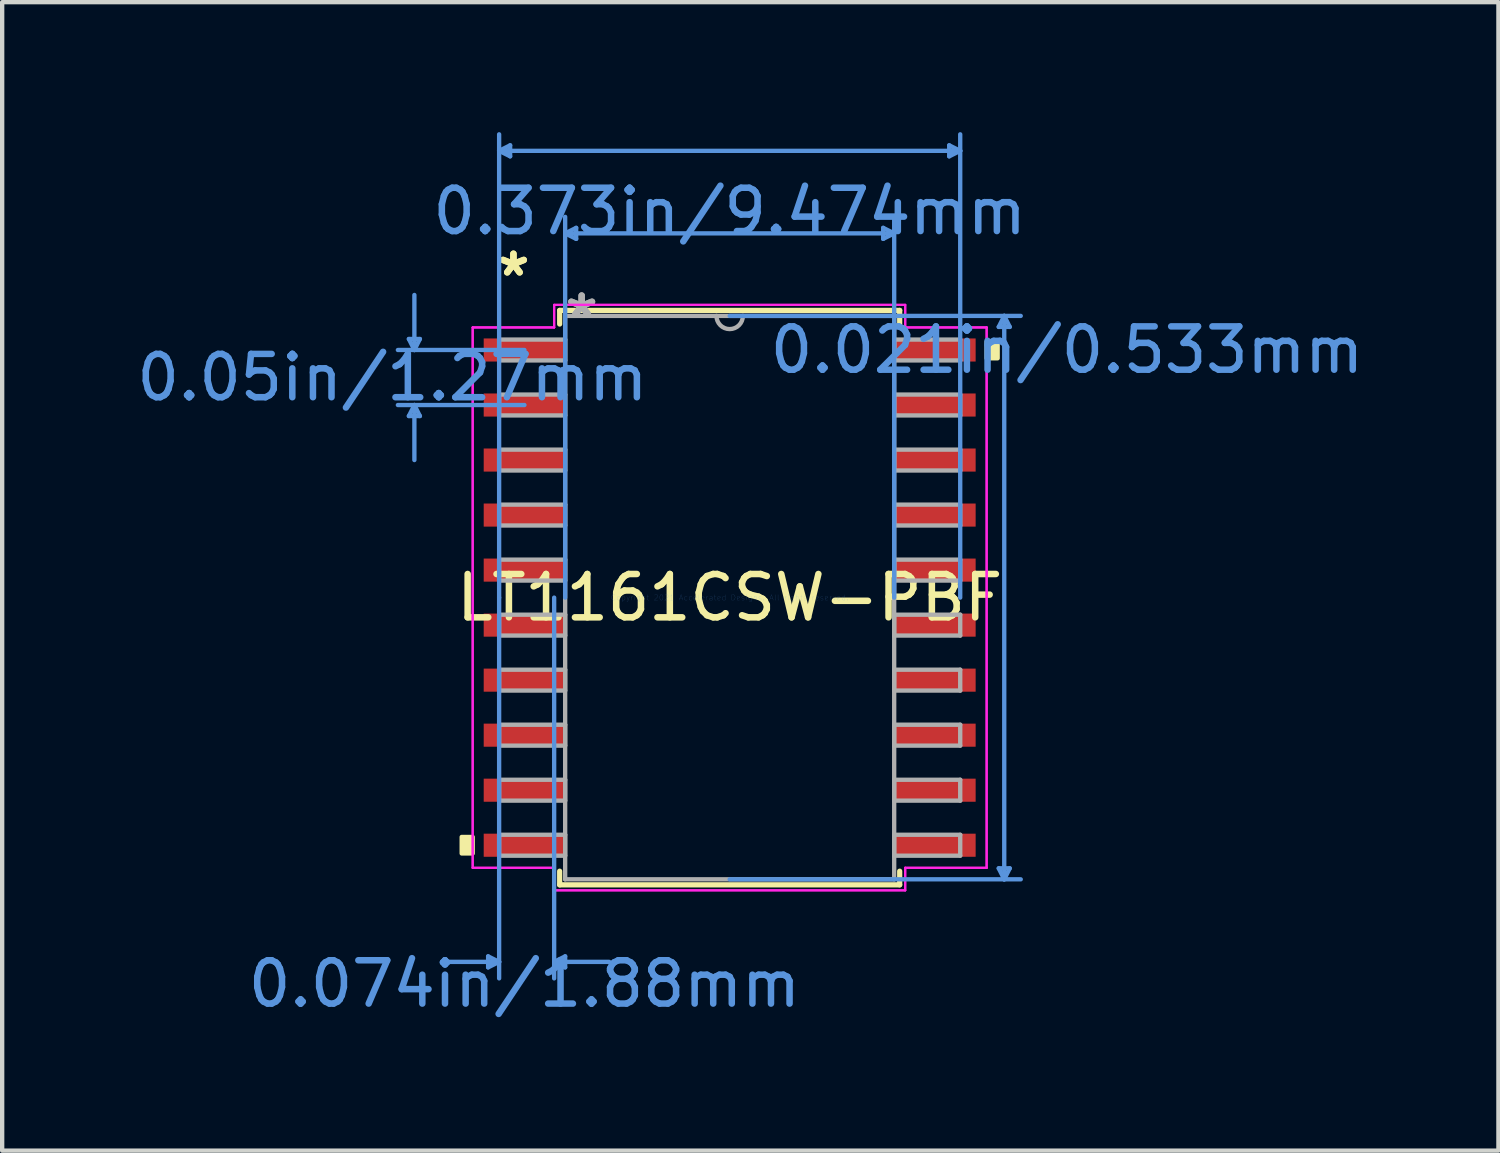
<source format=kicad_pcb>
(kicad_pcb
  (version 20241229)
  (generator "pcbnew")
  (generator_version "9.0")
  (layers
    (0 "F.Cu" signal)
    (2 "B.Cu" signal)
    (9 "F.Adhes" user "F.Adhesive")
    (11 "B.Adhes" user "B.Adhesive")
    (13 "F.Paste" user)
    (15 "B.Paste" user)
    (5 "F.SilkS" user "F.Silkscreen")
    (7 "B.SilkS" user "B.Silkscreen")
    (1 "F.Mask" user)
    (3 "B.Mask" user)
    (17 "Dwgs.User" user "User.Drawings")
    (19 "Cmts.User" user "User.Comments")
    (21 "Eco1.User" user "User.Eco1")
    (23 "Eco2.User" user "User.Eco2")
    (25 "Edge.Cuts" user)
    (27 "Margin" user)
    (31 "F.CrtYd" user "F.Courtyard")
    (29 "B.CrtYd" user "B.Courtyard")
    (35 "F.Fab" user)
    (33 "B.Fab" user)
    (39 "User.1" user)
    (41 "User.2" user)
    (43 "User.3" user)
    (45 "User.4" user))
  (footprint "LT1161CSW-PBF"
    (layer "F.Cu")
    (at 13.791 10.743)
    (property "Reference" "LT1161CSW-PBF" (at 0 0 0) (layer "F.SilkS") (effects (font (size 1 1) (thickness 0.15))))
    (attr through_hole)
    (fp_line (start -3.924 -6.629) (end -3.924 -6.314) (stroke (width 0.12) (type solid)) (layer "F.SilkS"))
    (fp_line (start -3.924 6.314) (end -3.924 6.629) (stroke (width 0.12) (type solid)) (layer "F.SilkS"))
    (fp_line (start -3.924 6.629) (end 3.924 6.629) (stroke (width 0.12) (type solid)) (layer "F.SilkS"))
    (fp_line (start 3.924 -6.629) (end -3.924 -6.629) (stroke (width 0.12) (type solid)) (layer "F.SilkS"))
    (fp_line (start 3.924 -6.314) (end 3.924 -6.629) (stroke (width 0.12) (type solid)) (layer "F.SilkS"))
    (fp_line (start 3.924 6.629) (end 3.924 6.314) (stroke (width 0.12) (type solid)) (layer "F.SilkS"))
    (fp_poly (pts (xy -6.185 5.524) (xy -6.185 5.905) (xy -5.931 5.905) (xy -5.931 5.524)) (stroke (width 0.1) (type solid)) (fill yes) (layer "F.SilkS"))
    (fp_poly (pts (xy 6.185 -5.905) (xy 6.185 -5.524) (xy 5.931 -5.524) (xy 5.931 -5.905)) (stroke (width 0.1) (type solid)) (fill yes) (layer "F.SilkS"))
    (fp_line (start -7.404 -5.969) (end -7.15 -5.969) (stroke (width 0.1) (type solid)) (layer "Cmts.User"))
    (fp_line (start -7.404 -4.191) (end -7.15 -4.191) (stroke (width 0.1) (type solid)) (layer "Cmts.User"))
    (fp_line (start -7.277 -5.715) (end -7.404 -5.969) (stroke (width 0.1) (type solid)) (layer "Cmts.User"))
    (fp_line (start -7.277 -5.715) (end -7.277 -6.985) (stroke (width 0.1) (type solid)) (layer "Cmts.User"))
    (fp_line (start -7.277 -5.715) (end -7.15 -5.969) (stroke (width 0.1) (type solid)) (layer "Cmts.User"))
    (fp_line (start -7.277 -4.445) (end -7.404 -4.191) (stroke (width 0.1) (type solid)) (layer "Cmts.User"))
    (fp_line (start -7.277 -4.445) (end -7.277 -3.175) (stroke (width 0.1) (type solid)) (layer "Cmts.User"))
    (fp_line (start -7.277 -4.445) (end -7.15 -4.191) (stroke (width 0.1) (type solid)) (layer "Cmts.User"))
    (fp_line (start -5.575 8.28) (end -5.575 8.534) (stroke (width 0.1) (type solid)) (layer "Cmts.User"))
    (fp_line (start -5.321 -10.312) (end -5.067 -10.439) (stroke (width 0.1) (type solid)) (layer "Cmts.User"))
    (fp_line (start -5.321 -10.312) (end -5.067 -10.185) (stroke (width 0.1) (type solid)) (layer "Cmts.User"))
    (fp_line (start -5.321 -10.312) (end 5.321 -10.312) (stroke (width 0.1) (type solid)) (layer "Cmts.User"))
    (fp_line (start -5.321 0) (end -5.321 -10.693) (stroke (width 0.1) (type solid)) (layer "Cmts.User"))
    (fp_line (start -5.321 0) (end -5.321 8.788) (stroke (width 0.1) (type solid)) (layer "Cmts.User"))
    (fp_line (start -5.321 8.407) (end -6.591 8.407) (stroke (width 0.1) (type solid)) (layer "Cmts.User"))
    (fp_line (start -5.321 8.407) (end -5.575 8.28) (stroke (width 0.1) (type solid)) (layer "Cmts.User"))
    (fp_line (start -5.321 8.407) (end -5.575 8.534) (stroke (width 0.1) (type solid)) (layer "Cmts.User"))
    (fp_line (start -5.067 -10.439) (end -5.067 -10.185) (stroke (width 0.1) (type solid)) (layer "Cmts.User"))
    (fp_line (start -4.737 -5.715) (end -7.658 -5.715) (stroke (width 0.1) (type solid)) (layer "Cmts.User"))
    (fp_line (start -4.737 -4.445) (end -7.658 -4.445) (stroke (width 0.1) (type solid)) (layer "Cmts.User"))
    (fp_line (start -4.051 0) (end -4.051 8.788) (stroke (width 0.1) (type solid)) (layer "Cmts.User"))
    (fp_line (start -4.051 8.407) (end -3.797 8.28) (stroke (width 0.1) (type solid)) (layer "Cmts.User"))
    (fp_line (start -4.051 8.407) (end -3.797 8.534) (stroke (width 0.1) (type solid)) (layer "Cmts.User"))
    (fp_line (start -4.051 8.407) (end -2.781 8.407) (stroke (width 0.1) (type solid)) (layer "Cmts.User"))
    (fp_line (start -3.797 -8.407) (end -3.543 -8.534) (stroke (width 0.1) (type solid)) (layer "Cmts.User"))
    (fp_line (start -3.797 -8.407) (end -3.543 -8.28) (stroke (width 0.1) (type solid)) (layer "Cmts.User"))
    (fp_line (start -3.797 -8.407) (end 3.797 -8.407) (stroke (width 0.1) (type solid)) (layer "Cmts.User"))
    (fp_line (start -3.797 0) (end -3.797 -8.788) (stroke (width 0.1) (type solid)) (layer "Cmts.User"))
    (fp_line (start -3.797 8.28) (end -3.797 8.534) (stroke (width 0.1) (type solid)) (layer "Cmts.User"))
    (fp_line (start -3.543 -8.534) (end -3.543 -8.28) (stroke (width 0.1) (type solid)) (layer "Cmts.User"))
    (fp_line (start 0 -6.502) (end 6.718 -6.502) (stroke (width 0.1) (type solid)) (layer "Cmts.User"))
    (fp_line (start 0 6.502) (end 6.718 6.502) (stroke (width 0.1) (type solid)) (layer "Cmts.User"))
    (fp_line (start 3.543 -8.534) (end 3.543 -8.28) (stroke (width 0.1) (type solid)) (layer "Cmts.User"))
    (fp_line (start 3.797 -8.407) (end 3.543 -8.534) (stroke (width 0.1) (type solid)) (layer "Cmts.User"))
    (fp_line (start 3.797 -8.407) (end 3.543 -8.28) (stroke (width 0.1) (type solid)) (layer "Cmts.User"))
    (fp_line (start 3.797 0) (end 3.797 -8.788) (stroke (width 0.1) (type solid)) (layer "Cmts.User"))
    (fp_line (start 5.067 -10.439) (end 5.067 -10.185) (stroke (width 0.1) (type solid)) (layer "Cmts.User"))
    (fp_line (start 5.321 -10.312) (end 5.067 -10.439) (stroke (width 0.1) (type solid)) (layer "Cmts.User"))
    (fp_line (start 5.321 -10.312) (end 5.067 -10.185) (stroke (width 0.1) (type solid)) (layer "Cmts.User"))
    (fp_line (start 5.321 0) (end 5.321 -10.693) (stroke (width 0.1) (type solid)) (layer "Cmts.User"))
    (fp_line (start 6.21 -6.248) (end 6.464 -6.248) (stroke (width 0.1) (type solid)) (layer "Cmts.User"))
    (fp_line (start 6.21 6.248) (end 6.464 6.248) (stroke (width 0.1) (type solid)) (layer "Cmts.User"))
    (fp_line (start 6.337 -6.502) (end 6.21 -6.248) (stroke (width 0.1) (type solid)) (layer "Cmts.User"))
    (fp_line (start 6.337 -6.502) (end 6.337 6.502) (stroke (width 0.1) (type solid)) (layer "Cmts.User"))
    (fp_line (start 6.337 -6.502) (end 6.464 -6.248) (stroke (width 0.1) (type solid)) (layer "Cmts.User"))
    (fp_line (start 6.337 6.502) (end 6.21 6.248) (stroke (width 0.1) (type solid)) (layer "Cmts.User"))
    (fp_line (start 6.337 6.502) (end 6.464 6.248) (stroke (width 0.1) (type solid)) (layer "Cmts.User"))
    (fp_line (start -5.931 -6.236) (end -4.051 -6.236) (stroke (width 0.05) (type solid)) (layer "F.CrtYd"))
    (fp_line (start -5.931 -6.236) (end -4.051 -6.236) (stroke (width 0.05) (type solid)) (layer "F.CrtYd"))
    (fp_line (start -5.931 6.236) (end -5.931 -6.236) (stroke (width 0.05) (type solid)) (layer "F.CrtYd"))
    (fp_line (start -5.931 6.236) (end -5.931 -6.236) (stroke (width 0.05) (type solid)) (layer "F.CrtYd"))
    (fp_line (start -5.931 6.236) (end -4.051 6.236) (stroke (width 0.05) (type solid)) (layer "F.CrtYd"))
    (fp_line (start -4.051 -6.756) (end 4.051 -6.756) (stroke (width 0.05) (type solid)) (layer "F.CrtYd"))
    (fp_line (start -4.051 -6.756) (end 4.051 -6.756) (stroke (width 0.05) (type solid)) (layer "F.CrtYd"))
    (fp_line (start -4.051 -6.236) (end -4.051 -6.756) (stroke (width 0.05) (type solid)) (layer "F.CrtYd"))
    (fp_line (start -4.051 -6.236) (end -4.051 -6.756) (stroke (width 0.05) (type solid)) (layer "F.CrtYd"))
    (fp_line (start -4.051 6.236) (end -5.931 6.236) (stroke (width 0.05) (type solid)) (layer "F.CrtYd"))
    (fp_line (start -4.051 6.756) (end -4.051 6.236) (stroke (width 0.05) (type solid)) (layer "F.CrtYd"))
    (fp_line (start -4.051 6.756) (end -4.051 6.236) (stroke (width 0.05) (type solid)) (layer "F.CrtYd"))
    (fp_line (start 4.051 -6.756) (end 4.051 -6.236) (stroke (width 0.05) (type solid)) (layer "F.CrtYd"))
    (fp_line (start 4.051 -6.756) (end 4.051 -6.236) (stroke (width 0.05) (type solid)) (layer "F.CrtYd"))
    (fp_line (start 4.051 -6.236) (end 5.931 -6.236) (stroke (width 0.05) (type solid)) (layer "F.CrtYd"))
    (fp_line (start 4.051 6.236) (end 4.051 6.756) (stroke (width 0.05) (type solid)) (layer "F.CrtYd"))
    (fp_line (start 4.051 6.236) (end 4.051 6.756) (stroke (width 0.05) (type solid)) (layer "F.CrtYd"))
    (fp_line (start 4.051 6.756) (end -4.051 6.756) (stroke (width 0.05) (type solid)) (layer "F.CrtYd"))
    (fp_line (start 4.051 6.756) (end -4.051 6.756) (stroke (width 0.05) (type solid)) (layer "F.CrtYd"))
    (fp_line (start 5.931 -6.236) (end 4.051 -6.236) (stroke (width 0.05) (type solid)) (layer "F.CrtYd"))
    (fp_line (start 5.931 -6.236) (end 5.931 6.236) (stroke (width 0.05) (type solid)) (layer "F.CrtYd"))
    (fp_line (start 5.931 -6.236) (end 5.931 6.236) (stroke (width 0.05) (type solid)) (layer "F.CrtYd"))
    (fp_line (start 5.931 6.236) (end 4.051 6.236) (stroke (width 0.05) (type solid)) (layer "F.CrtYd"))
    (fp_line (start 5.931 6.236) (end 4.051 6.236) (stroke (width 0.05) (type solid)) (layer "F.CrtYd"))
    (fp_line (start -5.321 -5.956) (end -5.321 -5.474) (stroke (width 0.1) (type solid)) (layer "F.Fab"))
    (fp_line (start -5.321 -5.474) (end -3.797 -5.474) (stroke (width 0.1) (type solid)) (layer "F.Fab"))
    (fp_line (start -5.321 -4.686) (end -5.321 -4.204) (stroke (width 0.1) (type solid)) (layer "F.Fab"))
    (fp_line (start -5.321 -4.204) (end -3.797 -4.204) (stroke (width 0.1) (type solid)) (layer "F.Fab"))
    (fp_line (start -5.321 -3.416) (end -5.321 -2.934) (stroke (width 0.1) (type solid)) (layer "F.Fab"))
    (fp_line (start -5.321 -2.934) (end -3.797 -2.934) (stroke (width 0.1) (type solid)) (layer "F.Fab"))
    (fp_line (start -5.321 -2.146) (end -5.321 -1.664) (stroke (width 0.1) (type solid)) (layer "F.Fab"))
    (fp_line (start -5.321 -1.664) (end -3.797 -1.664) (stroke (width 0.1) (type solid)) (layer "F.Fab"))
    (fp_line (start -5.321 -0.876) (end -5.321 -0.394) (stroke (width 0.1) (type solid)) (layer "F.Fab"))
    (fp_line (start -5.321 -0.394) (end -3.797 -0.394) (stroke (width 0.1) (type solid)) (layer "F.Fab"))
    (fp_line (start -5.321 0.394) (end -5.321 0.876) (stroke (width 0.1) (type solid)) (layer "F.Fab"))
    (fp_line (start -5.321 0.876) (end -3.797 0.876) (stroke (width 0.1) (type solid)) (layer "F.Fab"))
    (fp_line (start -5.321 1.664) (end -5.321 2.146) (stroke (width 0.1) (type solid)) (layer "F.Fab"))
    (fp_line (start -5.321 2.146) (end -3.797 2.146) (stroke (width 0.1) (type solid)) (layer "F.Fab"))
    (fp_line (start -5.321 2.934) (end -5.321 3.416) (stroke (width 0.1) (type solid)) (layer "F.Fab"))
    (fp_line (start -5.321 3.416) (end -3.797 3.416) (stroke (width 0.1) (type solid)) (layer "F.Fab"))
    (fp_line (start -5.321 4.204) (end -5.321 4.686) (stroke (width 0.1) (type solid)) (layer "F.Fab"))
    (fp_line (start -5.321 4.686) (end -3.797 4.686) (stroke (width 0.1) (type solid)) (layer "F.Fab"))
    (fp_line (start -5.321 5.474) (end -5.321 5.956) (stroke (width 0.1) (type solid)) (layer "F.Fab"))
    (fp_line (start -5.321 5.956) (end -3.797 5.956) (stroke (width 0.1) (type solid)) (layer "F.Fab"))
    (fp_line (start -3.797 -6.502) (end -3.797 6.502) (stroke (width 0.1) (type solid)) (layer "F.Fab"))
    (fp_line (start -3.797 -5.956) (end -5.321 -5.956) (stroke (width 0.1) (type solid)) (layer "F.Fab"))
    (fp_line (start -3.797 -5.474) (end -3.797 -5.956) (stroke (width 0.1) (type solid)) (layer "F.Fab"))
    (fp_line (start -3.797 -4.686) (end -5.321 -4.686) (stroke (width 0.1) (type solid)) (layer "F.Fab"))
    (fp_line (start -3.797 -4.204) (end -3.797 -4.686) (stroke (width 0.1) (type solid)) (layer "F.Fab"))
    (fp_line (start -3.797 -3.416) (end -5.321 -3.416) (stroke (width 0.1) (type solid)) (layer "F.Fab"))
    (fp_line (start -3.797 -2.934) (end -3.797 -3.416) (stroke (width 0.1) (type solid)) (layer "F.Fab"))
    (fp_line (start -3.797 -2.146) (end -5.321 -2.146) (stroke (width 0.1) (type solid)) (layer "F.Fab"))
    (fp_line (start -3.797 -1.664) (end -3.797 -2.146) (stroke (width 0.1) (type solid)) (layer "F.Fab"))
    (fp_line (start -3.797 -0.876) (end -5.321 -0.876) (stroke (width 0.1) (type solid)) (layer "F.Fab"))
    (fp_line (start -3.797 -0.394) (end -3.797 -0.876) (stroke (width 0.1) (type solid)) (layer "F.Fab"))
    (fp_line (start -3.797 0.394) (end -5.321 0.394) (stroke (width 0.1) (type solid)) (layer "F.Fab"))
    (fp_line (start -3.797 0.876) (end -3.797 0.394) (stroke (width 0.1) (type solid)) (layer "F.Fab"))
    (fp_line (start -3.797 1.664) (end -5.321 1.664) (stroke (width 0.1) (type solid)) (layer "F.Fab"))
    (fp_line (start -3.797 2.146) (end -3.797 1.664) (stroke (width 0.1) (type solid)) (layer "F.Fab"))
    (fp_line (start -3.797 2.934) (end -5.321 2.934) (stroke (width 0.1) (type solid)) (layer "F.Fab"))
    (fp_line (start -3.797 3.416) (end -3.797 2.934) (stroke (width 0.1) (type solid)) (layer "F.Fab"))
    (fp_line (start -3.797 4.204) (end -5.321 4.204) (stroke (width 0.1) (type solid)) (layer "F.Fab"))
    (fp_line (start -3.797 4.686) (end -3.797 4.204) (stroke (width 0.1) (type solid)) (layer "F.Fab"))
    (fp_line (start -3.797 5.474) (end -5.321 5.474) (stroke (width 0.1) (type solid)) (layer "F.Fab"))
    (fp_line (start -3.797 5.956) (end -3.797 5.474) (stroke (width 0.1) (type solid)) (layer "F.Fab"))
    (fp_line (start -3.797 6.502) (end 3.797 6.502) (stroke (width 0.1) (type solid)) (layer "F.Fab"))
    (fp_line (start 3.797 -6.502) (end -3.797 -6.502) (stroke (width 0.1) (type solid)) (layer "F.Fab"))
    (fp_line (start 3.797 -5.956) (end 3.797 -5.474) (stroke (width 0.1) (type solid)) (layer "F.Fab"))
    (fp_line (start 3.797 -5.474) (end 5.321 -5.474) (stroke (width 0.1) (type solid)) (layer "F.Fab"))
    (fp_line (start 3.797 -4.686) (end 3.797 -4.204) (stroke (width 0.1) (type solid)) (layer "F.Fab"))
    (fp_line (start 3.797 -4.204) (end 5.321 -4.204) (stroke (width 0.1) (type solid)) (layer "F.Fab"))
    (fp_line (start 3.797 -3.416) (end 3.797 -2.934) (stroke (width 0.1) (type solid)) (layer "F.Fab"))
    (fp_line (start 3.797 -2.934) (end 5.321 -2.934) (stroke (width 0.1) (type solid)) (layer "F.Fab"))
    (fp_line (start 3.797 -2.146) (end 3.797 -1.664) (stroke (width 0.1) (type solid)) (layer "F.Fab"))
    (fp_line (start 3.797 -1.664) (end 5.321 -1.664) (stroke (width 0.1) (type solid)) (layer "F.Fab"))
    (fp_line (start 3.797 -0.876) (end 3.797 -0.394) (stroke (width 0.1) (type solid)) (layer "F.Fab"))
    (fp_line (start 3.797 -0.394) (end 5.321 -0.394) (stroke (width 0.1) (type solid)) (layer "F.Fab"))
    (fp_line (start 3.797 0.394) (end 3.797 0.876) (stroke (width 0.1) (type solid)) (layer "F.Fab"))
    (fp_line (start 3.797 0.876) (end 5.321 0.876) (stroke (width 0.1) (type solid)) (layer "F.Fab"))
    (fp_line (start 3.797 1.664) (end 3.797 2.146) (stroke (width 0.1) (type solid)) (layer "F.Fab"))
    (fp_line (start 3.797 2.146) (end 5.321 2.146) (stroke (width 0.1) (type solid)) (layer "F.Fab"))
    (fp_line (start 3.797 2.934) (end 3.797 3.416) (stroke (width 0.1) (type solid)) (layer "F.Fab"))
    (fp_line (start 3.797 3.416) (end 5.321 3.416) (stroke (width 0.1) (type solid)) (layer "F.Fab"))
    (fp_line (start 3.797 4.204) (end 3.797 4.686) (stroke (width 0.1) (type solid)) (layer "F.Fab"))
    (fp_line (start 3.797 4.686) (end 5.321 4.686) (stroke (width 0.1) (type solid)) (layer "F.Fab"))
    (fp_line (start 3.797 5.474) (end 3.797 5.956) (stroke (width 0.1) (type solid)) (layer "F.Fab"))
    (fp_line (start 3.797 5.956) (end 5.321 5.956) (stroke (width 0.1) (type solid)) (layer "F.Fab"))
    (fp_line (start 3.797 6.502) (end 3.797 -6.502) (stroke (width 0.1) (type solid)) (layer "F.Fab"))
    (fp_line (start 5.321 -5.956) (end 3.797 -5.956) (stroke (width 0.1) (type solid)) (layer "F.Fab"))
    (fp_line (start 5.321 -5.474) (end 5.321 -5.956) (stroke (width 0.1) (type solid)) (layer "F.Fab"))
    (fp_line (start 5.321 -4.686) (end 3.797 -4.686) (stroke (width 0.1) (type solid)) (layer "F.Fab"))
    (fp_line (start 5.321 -4.204) (end 5.321 -4.686) (stroke (width 0.1) (type solid)) (layer "F.Fab"))
    (fp_line (start 5.321 -3.416) (end 3.797 -3.416) (stroke (width 0.1) (type solid)) (layer "F.Fab"))
    (fp_line (start 5.321 -2.934) (end 5.321 -3.416) (stroke (width 0.1) (type solid)) (layer "F.Fab"))
    (fp_line (start 5.321 -2.146) (end 3.797 -2.146) (stroke (width 0.1) (type solid)) (layer "F.Fab"))
    (fp_line (start 5.321 -1.664) (end 5.321 -2.146) (stroke (width 0.1) (type solid)) (layer "F.Fab"))
    (fp_line (start 5.321 -0.876) (end 3.797 -0.876) (stroke (width 0.1) (type solid)) (layer "F.Fab"))
    (fp_line (start 5.321 -0.394) (end 5.321 -0.876) (stroke (width 0.1) (type solid)) (layer "F.Fab"))
    (fp_line (start 5.321 0.394) (end 3.797 0.394) (stroke (width 0.1) (type solid)) (layer "F.Fab"))
    (fp_line (start 5.321 0.876) (end 5.321 0.394) (stroke (width 0.1) (type solid)) (layer "F.Fab"))
    (fp_line (start 5.321 1.664) (end 3.797 1.664) (stroke (width 0.1) (type solid)) (layer "F.Fab"))
    (fp_line (start 5.321 2.146) (end 5.321 1.664) (stroke (width 0.1) (type solid)) (layer "F.Fab"))
    (fp_line (start 5.321 2.934) (end 3.797 2.934) (stroke (width 0.1) (type solid)) (layer "F.Fab"))
    (fp_line (start 5.321 3.416) (end 5.321 2.934) (stroke (width 0.1) (type solid)) (layer "F.Fab"))
    (fp_line (start 5.321 4.204) (end 3.797 4.204) (stroke (width 0.1) (type solid)) (layer "F.Fab"))
    (fp_line (start 5.321 4.686) (end 5.321 4.204) (stroke (width 0.1) (type solid)) (layer "F.Fab"))
    (fp_line (start 5.321 5.474) (end 3.797 5.474) (stroke (width 0.1) (type solid)) (layer "F.Fab"))
    (fp_line (start 5.321 5.956) (end 5.321 5.474) (stroke (width 0.1) (type solid)) (layer "F.Fab"))
    (fp_arc (start 0.3048 -6.5024) (mid 0 -6.1976) (end -0.3048 -6.5024) (stroke (width 0.1) (type solid)) (layer "F.Fab"))
    (fp_text user "*" (at -4.991 -7.391 0) (layer "F.SilkS") (effects (font (size 1 1) (thickness 0.15))))
    (fp_text user "*" (at -4.991 -7.391 0) (layer "F.SilkS") (effects (font (size 1 1) (thickness 0.15))))
    (fp_text user "0.021in/0.533mm" (at 7.785 -5.715 0) (layer "Cmts.User") (effects (font (size 1 1) (thickness 0.15))))
    (fp_text user "0.373in/9.474mm" (at 0 -8.915 0) (layer "Cmts.User") (effects (font (size 1 1) (thickness 0.15))))
    (fp_text user "Copyright 2021 Accelerated Designs. All rights reserved." (at 0 0 0) (layer "Cmts.User") (effects (font (size 0.127 0.127) (thickness 0.002))))
    (fp_text user "0.074in/1.88mm" (at -4.737 8.915 0) (layer "Cmts.User") (effects (font (size 1 1) (thickness 0.15))))
    (fp_text user "0.05in/1.27mm" (at -7.785 -5.08 0) (layer "Cmts.User") (effects (font (size 1 1) (thickness 0.15))))
    (fp_text user "*" (at -3.416 -6.426 0) (layer "F.Fab") (effects (font (size 1 1) (thickness 0.15))))
    (fp_text user "*" (at -3.416 -6.426 0) (layer "F.Fab") (effects (font (size 1 1) (thickness 0.15))))
    (pad "1" smd rect (at -4.737 -5.715) (size 1.88 0.533) (layers "F.Cu" "F.Mask" "F.Paste"))
    (pad "2" smd rect (at -4.737 -4.445) (size 1.88 0.533) (layers "F.Cu" "F.Mask" "F.Paste"))
    (pad "3" smd rect (at -4.737 -3.175) (size 1.88 0.533) (layers "F.Cu" "F.Mask" "F.Paste"))
    (pad "4" smd rect (at -4.737 -1.905) (size 1.88 0.533) (layers "F.Cu" "F.Mask" "F.Paste"))
    (pad "5" smd rect (at -4.737 -0.635) (size 1.88 0.533) (layers "F.Cu" "F.Mask" "F.Paste"))
    (pad "6" smd rect (at -4.737 0.635) (size 1.88 0.533) (layers "F.Cu" "F.Mask" "F.Paste"))
    (pad "7" smd rect (at -4.737 1.905) (size 1.88 0.533) (layers "F.Cu" "F.Mask" "F.Paste"))
    (pad "8" smd rect (at -4.737 3.175) (size 1.88 0.533) (layers "F.Cu" "F.Mask" "F.Paste"))
    (pad "9" smd rect (at -4.737 4.445) (size 1.88 0.533) (layers "F.Cu" "F.Mask" "F.Paste"))
    (pad "10" smd rect (at -4.737 5.715) (size 1.88 0.533) (layers "F.Cu" "F.Mask" "F.Paste"))
    (pad "11" smd rect (at 4.737 5.715) (size 1.88 0.533) (layers "F.Cu" "F.Mask" "F.Paste"))
    (pad "12" smd rect (at 4.737 4.445) (size 1.88 0.533) (layers "F.Cu" "F.Mask" "F.Paste"))
    (pad "13" smd rect (at 4.737 3.175) (size 1.88 0.533) (layers "F.Cu" "F.Mask" "F.Paste"))
    (pad "14" smd rect (at 4.737 1.905) (size 1.88 0.533) (layers "F.Cu" "F.Mask" "F.Paste"))
    (pad "15" smd rect (at 4.737 0.635) (size 1.88 0.533) (layers "F.Cu" "F.Mask" "F.Paste"))
    (pad "16" smd rect (at 4.737 -0.635) (size 1.88 0.533) (layers "F.Cu" "F.Mask" "F.Paste"))
    (pad "17" smd rect (at 4.737 -1.905) (size 1.88 0.533) (layers "F.Cu" "F.Mask" "F.Paste"))
    (pad "18" smd rect (at 4.737 -3.175) (size 1.88 0.533) (layers "F.Cu" "F.Mask" "F.Paste"))
    (pad "19" smd rect (at 4.737 -4.445) (size 1.88 0.533) (layers "F.Cu" "F.Mask" "F.Paste"))
    (pad "20" smd rect (at 4.737 -5.715) (size 1.88 0.533) (layers "F.Cu" "F.Mask" "F.Paste")))
  (gr_rect
    (start -3 -3)
    (end 31.534 23.507)
    (stroke (width 0.1) (type default))
    (fill no)
    (layer "Edge.Cuts")))
</source>
